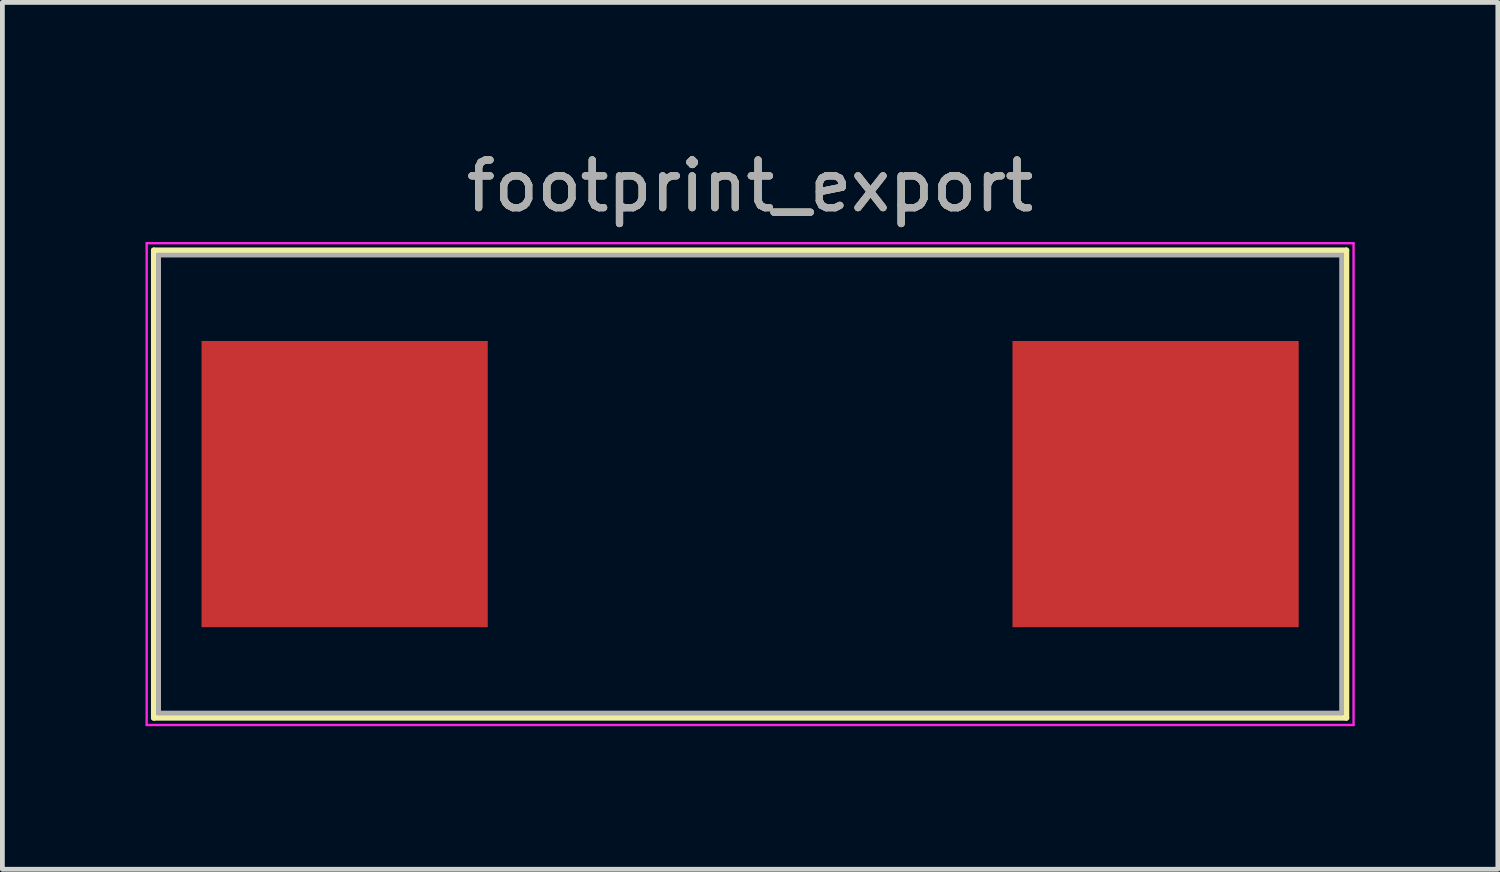
<source format=kicad_pcb>
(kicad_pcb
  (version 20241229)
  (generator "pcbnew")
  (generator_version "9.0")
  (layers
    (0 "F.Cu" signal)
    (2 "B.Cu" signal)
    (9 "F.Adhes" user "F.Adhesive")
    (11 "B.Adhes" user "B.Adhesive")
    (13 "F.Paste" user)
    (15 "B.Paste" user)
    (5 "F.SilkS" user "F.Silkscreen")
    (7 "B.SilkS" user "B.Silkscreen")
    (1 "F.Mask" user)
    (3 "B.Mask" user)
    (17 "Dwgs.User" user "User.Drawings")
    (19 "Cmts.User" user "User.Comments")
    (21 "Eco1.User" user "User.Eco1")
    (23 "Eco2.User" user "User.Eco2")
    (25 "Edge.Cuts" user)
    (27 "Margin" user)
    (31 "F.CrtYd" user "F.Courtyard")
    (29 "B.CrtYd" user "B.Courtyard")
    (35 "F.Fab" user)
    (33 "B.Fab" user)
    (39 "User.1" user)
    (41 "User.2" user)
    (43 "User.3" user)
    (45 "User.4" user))
  (footprint "footprint_export"
    (layer "F.Cu")
    (at 12.675 7.098)
    (property "Reference" "footprint_export" (at 0 -6.25 0) (layer "F.SilkS") (effects (font (size 1 1) (thickness 0.15))))
    (attr smd)
    (fp_line (start -12.5 -4.9) (end 12.5 -4.9) (stroke (width 0.12) (type solid)) (layer "F.SilkS"))
    (fp_line (start -12.5 4.9) (end -12.5 -4.9) (stroke (width 0.12) (type solid)) (layer "F.SilkS"))
    (fp_line (start 12.5 -4.9) (end 12.5 4.9) (stroke (width 0.12) (type solid)) (layer "F.SilkS"))
    (fp_line (start 12.5 4.9) (end -12.5 4.9) (stroke (width 0.12) (type solid)) (layer "F.SilkS"))
    (fp_line (start -12.65 -5.05) (end 12.65 -5.05) (stroke (width 0.05) (type solid)) (layer "F.CrtYd"))
    (fp_line (start -12.65 5.05) (end -12.65 -5.05) (stroke (width 0.05) (type solid)) (layer "F.CrtYd"))
    (fp_line (start 12.65 -5.05) (end 12.65 5.05) (stroke (width 0.05) (type solid)) (layer "F.CrtYd"))
    (fp_line (start 12.65 5.05) (end -12.65 5.05) (stroke (width 0.05) (type solid)) (layer "F.CrtYd"))
    (fp_line (start -12.4 -4.8) (end -12.4 4.8) (stroke (width 0.1) (type solid)) (layer "F.Fab"))
    (fp_line (start -12.4 -4.8) (end 12.4 -4.8) (stroke (width 0.1) (type solid)) (layer "F.Fab"))
    (fp_line (start 12.4 -4.8) (end 12.4 4.8) (stroke (width 0.1) (type solid)) (layer "F.Fab"))
    (fp_line (start 12.4 4.8) (end -12.4 4.8) (stroke (width 0.1) (type solid)) (layer "F.Fab"))
    (fp_text user "${REFERENCE}" (at 0 -6.25 0) (layer "F.Fab") (effects (font (size 1 1) (thickness 0.15))))
    (fp_text user "${REFERENCE}" (at 0 -6.25 0) (layer "F.Fab") (effects (font (size 1 1) (thickness 0.15))))
    (pad "1" smd rect (at -8.5 0) (size 6 6) (layers "F.Cu" "F.Mask" "F.Paste"))
    (pad "2" smd rect (at 8.5 0) (size 6 6) (layers "F.Cu" "F.Mask" "F.Paste")))
  (gr_rect
    (start -3 -3)
    (end 28.35 15.173)
    (stroke (width 0.1) (type default))
    (fill no)
    (layer "Edge.Cuts")))
</source>
